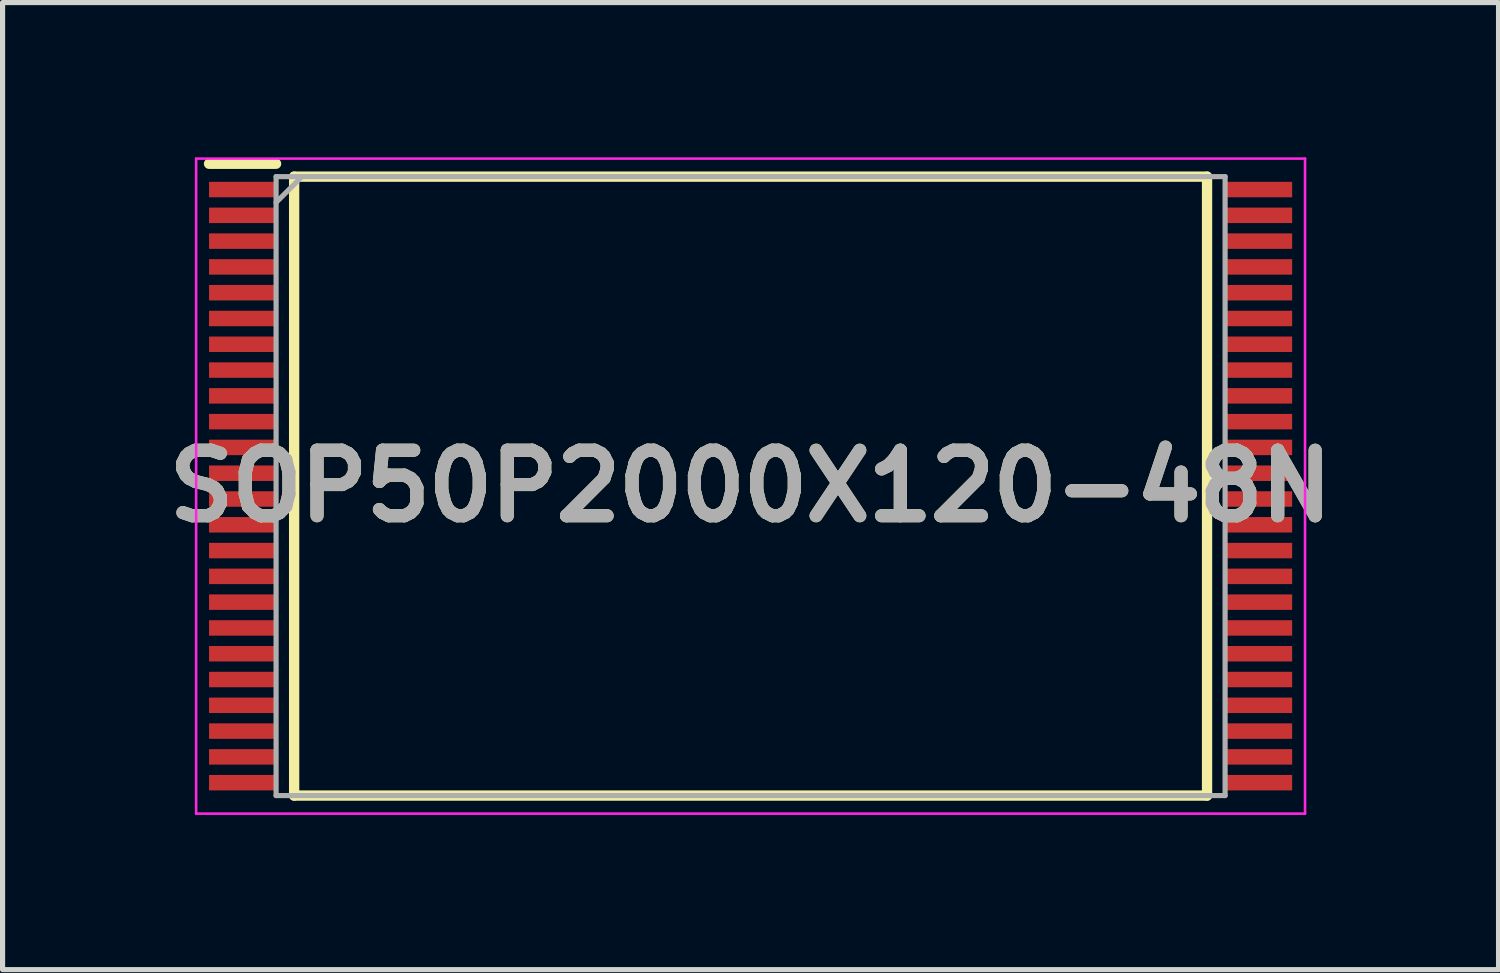
<source format=kicad_pcb>
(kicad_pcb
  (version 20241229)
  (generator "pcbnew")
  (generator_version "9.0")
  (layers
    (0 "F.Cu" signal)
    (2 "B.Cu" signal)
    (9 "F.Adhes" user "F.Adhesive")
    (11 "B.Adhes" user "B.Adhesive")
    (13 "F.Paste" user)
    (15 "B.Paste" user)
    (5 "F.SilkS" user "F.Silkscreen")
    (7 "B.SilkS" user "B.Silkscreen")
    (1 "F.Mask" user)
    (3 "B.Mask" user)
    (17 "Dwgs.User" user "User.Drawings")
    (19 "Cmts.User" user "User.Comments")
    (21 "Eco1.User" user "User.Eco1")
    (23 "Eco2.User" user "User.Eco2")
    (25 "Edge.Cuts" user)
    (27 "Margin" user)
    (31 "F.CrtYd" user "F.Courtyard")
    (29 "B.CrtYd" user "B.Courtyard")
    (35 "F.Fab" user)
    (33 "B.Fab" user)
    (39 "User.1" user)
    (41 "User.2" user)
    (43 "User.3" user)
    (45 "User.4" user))
  (footprint "SOP50P2000X120-48N"
    (layer "F.Cu")
    (at 11.503 6.375)
    (property "Reference" "SOP50P2000X120-48N" (at 0 0 0) (layer "F.SilkS") (effects (font (size 1.27 1.27) (thickness 0.254))))
    (attr smd)
    (fp_line (start -10.5 -6.25) (end -9.2 -6.25) (stroke (width 0.2) (type solid)) (layer "F.SilkS"))
    (fp_line (start -8.85 -6) (end 8.85 -6) (stroke (width 0.2) (type solid)) (layer "F.SilkS"))
    (fp_line (start -8.85 6) (end -8.85 -6) (stroke (width 0.2) (type solid)) (layer "F.SilkS"))
    (fp_line (start 8.85 -6) (end 8.85 6) (stroke (width 0.2) (type solid)) (layer "F.SilkS"))
    (fp_line (start 8.85 6) (end -8.85 6) (stroke (width 0.2) (type solid)) (layer "F.SilkS"))
    (fp_line (start -10.75 -6.35) (end 10.75 -6.35) (stroke (width 0.05) (type solid)) (layer "F.CrtYd"))
    (fp_line (start -10.75 6.35) (end -10.75 -6.35) (stroke (width 0.05) (type solid)) (layer "F.CrtYd"))
    (fp_line (start 10.75 -6.35) (end 10.75 6.35) (stroke (width 0.05) (type solid)) (layer "F.CrtYd"))
    (fp_line (start 10.75 6.35) (end -10.75 6.35) (stroke (width 0.05) (type solid)) (layer "F.CrtYd"))
    (fp_line (start -9.2 -6) (end 9.2 -6) (stroke (width 0.1) (type solid)) (layer "F.Fab"))
    (fp_line (start -9.2 -5.5) (end -8.7 -6) (stroke (width 0.1) (type solid)) (layer "F.Fab"))
    (fp_line (start -9.2 6) (end -9.2 -6) (stroke (width 0.1) (type solid)) (layer "F.Fab"))
    (fp_line (start 9.2 -6) (end 9.2 6) (stroke (width 0.1) (type solid)) (layer "F.Fab"))
    (fp_line (start 9.2 6) (end -9.2 6) (stroke (width 0.1) (type solid)) (layer "F.Fab"))
    (fp_text user "${REFERENCE}" (at 0 0 0) (layer "F.Fab") (effects (font (size 1.27 1.27) (thickness 0.254))))
    (pad "1" smd rect (at -9.85 -5.75 90) (size 0.3 1.3) (layers "F.Cu" "F.Mask" "F.Paste"))
    (pad "2" smd rect (at -9.85 -5.25 90) (size 0.3 1.3) (layers "F.Cu" "F.Mask" "F.Paste"))
    (pad "3" smd rect (at -9.85 -4.75 90) (size 0.3 1.3) (layers "F.Cu" "F.Mask" "F.Paste"))
    (pad "4" smd rect (at -9.85 -4.25 90) (size 0.3 1.3) (layers "F.Cu" "F.Mask" "F.Paste"))
    (pad "5" smd rect (at -9.85 -3.75 90) (size 0.3 1.3) (layers "F.Cu" "F.Mask" "F.Paste"))
    (pad "6" smd rect (at -9.85 -3.25 90) (size 0.3 1.3) (layers "F.Cu" "F.Mask" "F.Paste"))
    (pad "7" smd rect (at -9.85 -2.75 90) (size 0.3 1.3) (layers "F.Cu" "F.Mask" "F.Paste"))
    (pad "8" smd rect (at -9.85 -2.25 90) (size 0.3 1.3) (layers "F.Cu" "F.Mask" "F.Paste"))
    (pad "9" smd rect (at -9.85 -1.75 90) (size 0.3 1.3) (layers "F.Cu" "F.Mask" "F.Paste"))
    (pad "10" smd rect (at -9.85 -1.25 90) (size 0.3 1.3) (layers "F.Cu" "F.Mask" "F.Paste"))
    (pad "11" smd rect (at -9.85 -0.75 90) (size 0.3 1.3) (layers "F.Cu" "F.Mask" "F.Paste"))
    (pad "12" smd rect (at -9.85 -0.25 90) (size 0.3 1.3) (layers "F.Cu" "F.Mask" "F.Paste"))
    (pad "13" smd rect (at -9.85 0.25 90) (size 0.3 1.3) (layers "F.Cu" "F.Mask" "F.Paste"))
    (pad "14" smd rect (at -9.85 0.75 90) (size 0.3 1.3) (layers "F.Cu" "F.Mask" "F.Paste"))
    (pad "15" smd rect (at -9.85 1.25 90) (size 0.3 1.3) (layers "F.Cu" "F.Mask" "F.Paste"))
    (pad "16" smd rect (at -9.85 1.75 90) (size 0.3 1.3) (layers "F.Cu" "F.Mask" "F.Paste"))
    (pad "17" smd rect (at -9.85 2.25 90) (size 0.3 1.3) (layers "F.Cu" "F.Mask" "F.Paste"))
    (pad "18" smd rect (at -9.85 2.75 90) (size 0.3 1.3) (layers "F.Cu" "F.Mask" "F.Paste"))
    (pad "19" smd rect (at -9.85 3.25 90) (size 0.3 1.3) (layers "F.Cu" "F.Mask" "F.Paste"))
    (pad "20" smd rect (at -9.85 3.75 90) (size 0.3 1.3) (layers "F.Cu" "F.Mask" "F.Paste"))
    (pad "21" smd rect (at -9.85 4.25 90) (size 0.3 1.3) (layers "F.Cu" "F.Mask" "F.Paste"))
    (pad "22" smd rect (at -9.85 4.75 90) (size 0.3 1.3) (layers "F.Cu" "F.Mask" "F.Paste"))
    (pad "23" smd rect (at -9.85 5.25 90) (size 0.3 1.3) (layers "F.Cu" "F.Mask" "F.Paste"))
    (pad "24" smd rect (at -9.85 5.75 90) (size 0.3 1.3) (layers "F.Cu" "F.Mask" "F.Paste"))
    (pad "25" smd rect (at 9.85 5.75 90) (size 0.3 1.3) (layers "F.Cu" "F.Mask" "F.Paste"))
    (pad "26" smd rect (at 9.85 5.25 90) (size 0.3 1.3) (layers "F.Cu" "F.Mask" "F.Paste"))
    (pad "27" smd rect (at 9.85 4.75 90) (size 0.3 1.3) (layers "F.Cu" "F.Mask" "F.Paste"))
    (pad "28" smd rect (at 9.85 4.25 90) (size 0.3 1.3) (layers "F.Cu" "F.Mask" "F.Paste"))
    (pad "29" smd rect (at 9.85 3.75 90) (size 0.3 1.3) (layers "F.Cu" "F.Mask" "F.Paste"))
    (pad "30" smd rect (at 9.85 3.25 90) (size 0.3 1.3) (layers "F.Cu" "F.Mask" "F.Paste"))
    (pad "31" smd rect (at 9.85 2.75 90) (size 0.3 1.3) (layers "F.Cu" "F.Mask" "F.Paste"))
    (pad "32" smd rect (at 9.85 2.25 90) (size 0.3 1.3) (layers "F.Cu" "F.Mask" "F.Paste"))
    (pad "33" smd rect (at 9.85 1.75 90) (size 0.3 1.3) (layers "F.Cu" "F.Mask" "F.Paste"))
    (pad "34" smd rect (at 9.85 1.25 90) (size 0.3 1.3) (layers "F.Cu" "F.Mask" "F.Paste"))
    (pad "35" smd rect (at 9.85 0.75 90) (size 0.3 1.3) (layers "F.Cu" "F.Mask" "F.Paste"))
    (pad "36" smd rect (at 9.85 0.25 90) (size 0.3 1.3) (layers "F.Cu" "F.Mask" "F.Paste"))
    (pad "37" smd rect (at 9.85 -0.25 90) (size 0.3 1.3) (layers "F.Cu" "F.Mask" "F.Paste"))
    (pad "38" smd rect (at 9.85 -0.75 90) (size 0.3 1.3) (layers "F.Cu" "F.Mask" "F.Paste"))
    (pad "39" smd rect (at 9.85 -1.25 90) (size 0.3 1.3) (layers "F.Cu" "F.Mask" "F.Paste"))
    (pad "40" smd rect (at 9.85 -1.75 90) (size 0.3 1.3) (layers "F.Cu" "F.Mask" "F.Paste"))
    (pad "41" smd rect (at 9.85 -2.25 90) (size 0.3 1.3) (layers "F.Cu" "F.Mask" "F.Paste"))
    (pad "42" smd rect (at 9.85 -2.75 90) (size 0.3 1.3) (layers "F.Cu" "F.Mask" "F.Paste"))
    (pad "43" smd rect (at 9.85 -3.25 90) (size 0.3 1.3) (layers "F.Cu" "F.Mask" "F.Paste"))
    (pad "44" smd rect (at 9.85 -3.75 90) (size 0.3 1.3) (layers "F.Cu" "F.Mask" "F.Paste"))
    (pad "45" smd rect (at 9.85 -4.25 90) (size 0.3 1.3) (layers "F.Cu" "F.Mask" "F.Paste"))
    (pad "46" smd rect (at 9.85 -4.75 90) (size 0.3 1.3) (layers "F.Cu" "F.Mask" "F.Paste"))
    (pad "47" smd rect (at 9.85 -5.25 90) (size 0.3 1.3) (layers "F.Cu" "F.Mask" "F.Paste"))
    (pad "48" smd rect (at 9.85 -5.75 90) (size 0.3 1.3) (layers "F.Cu" "F.Mask" "F.Paste")))
  (gr_rect
    (start -3 -3)
    (end 26.005 15.75)
    (stroke (width 0.1) (type default))
    (fill no)
    (layer "Edge.Cuts")))
</source>
